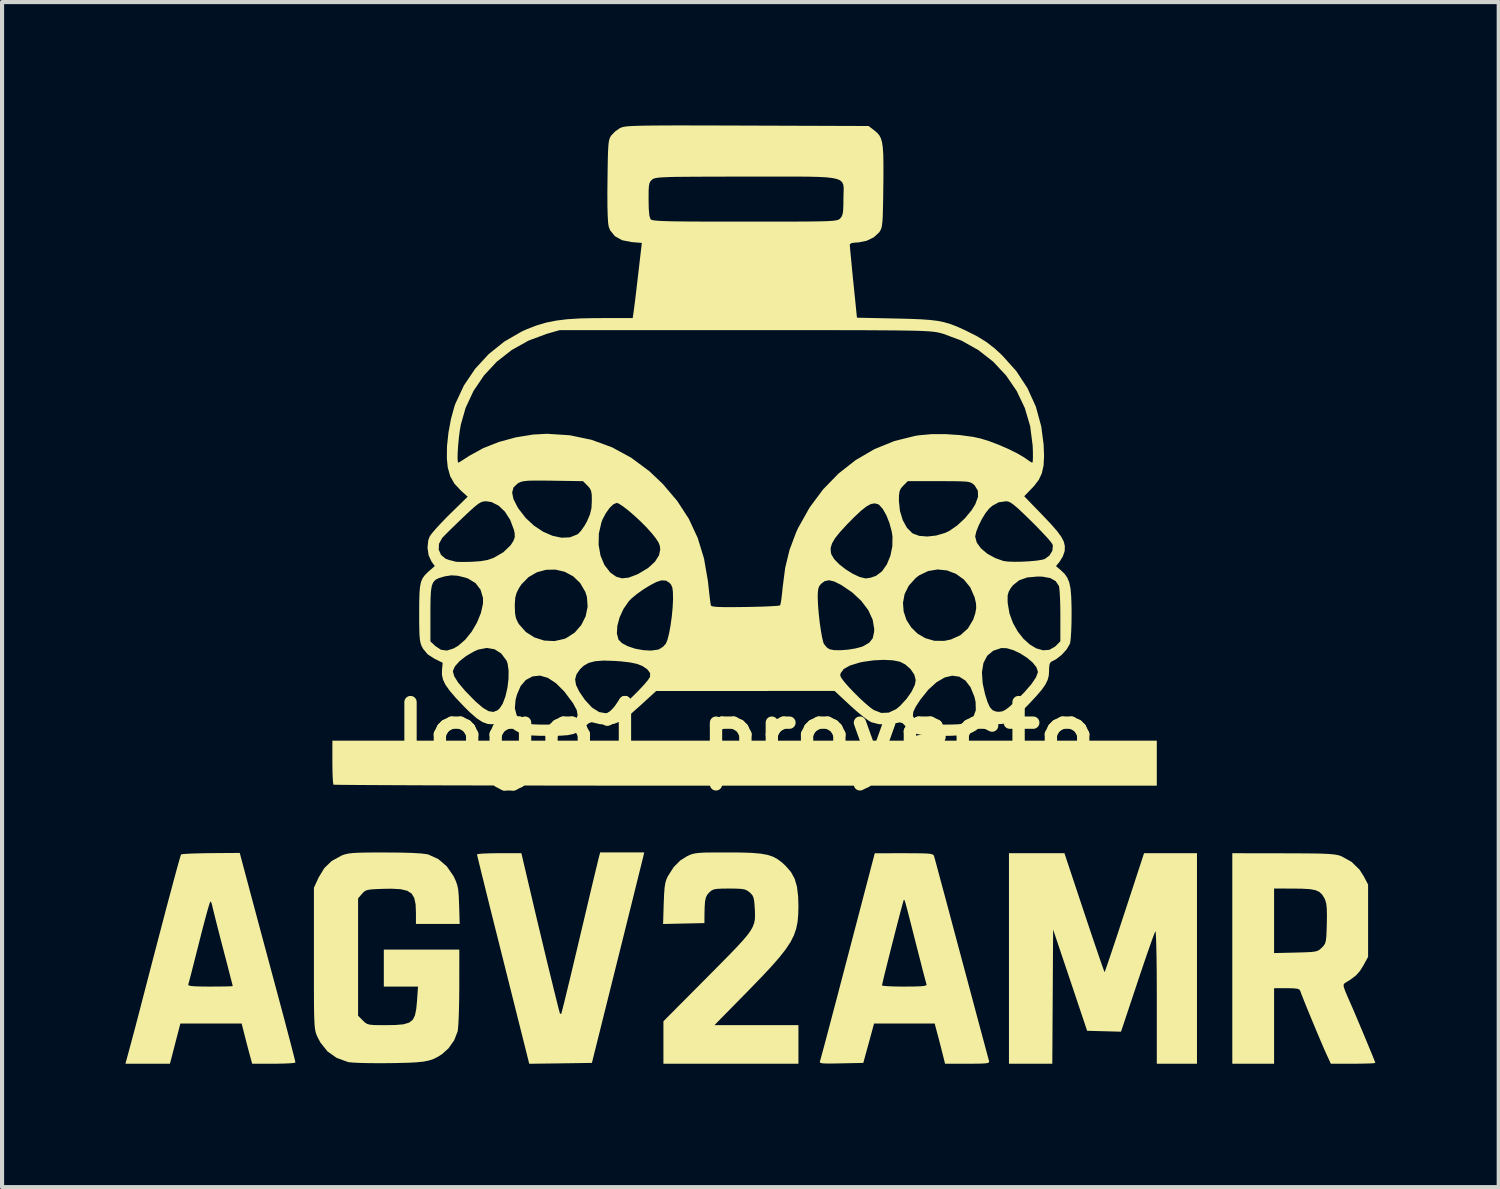
<source format=kicad_pcb>
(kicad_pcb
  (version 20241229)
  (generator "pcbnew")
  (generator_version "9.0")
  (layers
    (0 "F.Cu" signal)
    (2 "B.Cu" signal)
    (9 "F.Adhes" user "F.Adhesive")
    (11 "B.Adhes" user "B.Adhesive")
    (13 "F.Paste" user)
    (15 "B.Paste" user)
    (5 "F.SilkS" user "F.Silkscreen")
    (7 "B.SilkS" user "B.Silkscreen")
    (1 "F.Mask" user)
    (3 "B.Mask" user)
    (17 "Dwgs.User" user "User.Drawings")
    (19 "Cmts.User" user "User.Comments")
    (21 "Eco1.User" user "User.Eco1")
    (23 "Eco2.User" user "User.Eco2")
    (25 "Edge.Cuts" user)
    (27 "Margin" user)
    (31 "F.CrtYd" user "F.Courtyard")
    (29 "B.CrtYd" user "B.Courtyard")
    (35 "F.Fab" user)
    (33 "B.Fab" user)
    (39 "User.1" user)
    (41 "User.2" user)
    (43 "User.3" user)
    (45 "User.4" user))
  (footprint "logo1_proyecto"
    (layer "F.Cu")
    (at 15.075 14.844)
    (property "Reference" "logo1_proyecto" (at 0 0 0) (layer "F.SilkS") (effects (font (size 1.5 1.5) (thickness 0.3))))
    (attr board_only exclude_from_pos_files exclude_from_bom)
    (fp_poly (pts (xy 10.004 0.664) (xy 10.004 1.211) (xy 0.007 1.211) (xy -0.872 1.211) (xy -1.73 1.211) (xy -2.565 1.211) (xy -3.373 1.21) (xy -4.15 1.209) (xy -4.893 1.208) (xy -5.6 1.207) (xy -6.267 1.206) (xy -6.89 1.204) (xy -7.466 1.203) (xy -7.993 1.201) (xy -8.466 1.199) (xy -8.883 1.197) (xy -9.239 1.195) (xy -9.533 1.193) (xy -9.76 1.191) (xy -9.918 1.189) (xy -10.002 1.187) (xy -10.017 1.185) (xy -10.026 1.139) (xy -10.034 1.029) (xy -10.04 0.872) (xy -10.043 0.683) (xy -10.043 0.638) (xy -10.043 0.117) (xy -0.02 0.117) (xy 10.004 0.117)) (stroke (width 0) (type solid)) (fill yes) (layer "F.SilkS"))
    (fp_poly (pts (xy 8.239 4.298) (xy 8.346 4.618) (xy 8.445 4.913) (xy 8.534 5.175) (xy 8.61 5.397) (xy 8.67 5.571) (xy 8.712 5.689) (xy 8.732 5.742) (xy 8.734 5.744) (xy 8.749 5.708) (xy 8.785 5.606) (xy 8.84 5.446) (xy 8.911 5.235) (xy 8.996 4.981) (xy 9.091 4.694) (xy 9.194 4.379) (xy 9.221 4.298) (xy 9.694 2.853) (xy 10.337 2.853) (xy 10.981 2.853) (xy 10.981 5.412) (xy 10.981 7.972) (xy 10.492 7.972) (xy 10.004 7.972) (xy 10.004 6.342) (xy 10.003 5.983) (xy 10.001 5.655) (xy 9.997 5.367) (xy 9.992 5.126) (xy 9.987 4.938) (xy 9.98 4.811) (xy 9.973 4.753) (xy 9.97 4.75) (xy 9.95 4.795) (xy 9.908 4.905) (xy 9.849 5.071) (xy 9.774 5.284) (xy 9.688 5.535) (xy 9.594 5.814) (xy 9.535 5.99) (xy 9.134 7.193) (xy 8.722 7.182) (xy 8.31 7.171) (xy 7.897 5.94) (xy 7.483 4.709) (xy 7.473 6.34) (xy 7.463 7.972) (xy 6.936 7.972) (xy 6.409 7.972) (xy 6.409 5.412) (xy 6.409 2.853) (xy 7.083 2.853) (xy 7.758 2.853)) (stroke (width 0) (type solid)) (fill yes) (layer "F.SilkS"))
    (fp_poly (pts (xy -2.482 2.931) (xy -2.495 2.985) (xy -2.526 3.108) (xy -2.572 3.294) (xy -2.632 3.536) (xy -2.704 3.827) (xy -2.787 4.161) (xy -2.879 4.53) (xy -2.978 4.929) (xy -3.083 5.351) (xy -3.118 5.49) (xy -3.732 7.952) (xy -4.494 7.963) (xy -5.256 7.973) (xy -5.891 5.442) (xy -5.999 5.011) (xy -6.102 4.602) (xy -6.197 4.222) (xy -6.283 3.876) (xy -6.358 3.572) (xy -6.422 3.315) (xy -6.471 3.112) (xy -6.506 2.969) (xy -6.524 2.893) (xy -6.526 2.882) (xy -6.489 2.871) (xy -6.388 2.862) (xy -6.238 2.856) (xy -6.051 2.853) (xy -5.987 2.853) (xy -5.447 2.853) (xy -5.22 3.82) (xy -5.136 4.178) (xy -5.05 4.542) (xy -4.963 4.904) (xy -4.879 5.256) (xy -4.799 5.589) (xy -4.724 5.896) (xy -4.657 6.169) (xy -4.6 6.399) (xy -4.555 6.579) (xy -4.524 6.7) (xy -4.508 6.755) (xy -4.507 6.757) (xy -4.477 6.757) (xy -4.466 6.717) (xy -4.438 6.608) (xy -4.395 6.438) (xy -4.341 6.214) (xy -4.275 5.944) (xy -4.201 5.634) (xy -4.12 5.293) (xy -4.033 4.928) (xy -4.028 4.904) (xy -3.94 4.534) (xy -3.857 4.183) (xy -3.781 3.861) (xy -3.713 3.575) (xy -3.655 3.333) (xy -3.609 3.143) (xy -3.578 3.013) (xy -3.563 2.951) (xy -3.562 2.95) (xy -3.531 2.833) (xy -2.996 2.833) (xy -2.46 2.833)) (stroke (width 0) (type solid)) (fill yes) (layer "F.SilkS"))
    (fp_poly (pts (xy -0.43 2.834) (xy -0.101 2.836) (xy 0.161 2.845) (xy 0.368 2.863) (xy 0.533 2.892) (xy 0.667 2.936) (xy 0.781 2.997) (xy 0.888 3.077) (xy 0.978 3.16) (xy 1.107 3.308) (xy 1.197 3.471) (xy 1.254 3.666) (xy 1.283 3.908) (xy 1.29 4.142) (xy 1.285 4.344) (xy 1.269 4.523) (xy 1.235 4.689) (xy 1.18 4.849) (xy 1.098 5.012) (xy 0.984 5.185) (xy 0.833 5.378) (xy 0.641 5.598) (xy 0.403 5.853) (xy 0.113 6.152) (xy 0.057 6.21) (xy -0.753 7.034) (xy 0.268 7.034) (xy 1.29 7.034) (xy 1.29 7.503) (xy 1.29 7.972) (xy -0.352 7.972) (xy -1.993 7.972) (xy -1.993 7.455) (xy -1.993 6.939) (xy -0.923 5.863) (xy -0.639 5.576) (xy -0.404 5.338) (xy -0.215 5.142) (xy -0.067 4.981) (xy 0.046 4.848) (xy 0.127 4.736) (xy 0.181 4.638) (xy 0.214 4.547) (xy 0.231 4.457) (xy 0.234 4.361) (xy 0.231 4.251) (xy 0.228 4.193) (xy 0.217 4.038) (xy 0.199 3.938) (xy 0.168 3.871) (xy 0.115 3.815) (xy 0.104 3.806) (xy 0.047 3.763) (xy -0.015 3.735) (xy -0.101 3.72) (xy -0.23 3.714) (xy -0.395 3.712) (xy -0.575 3.714) (xy -0.696 3.72) (xy -0.775 3.736) (xy -0.83 3.764) (xy -0.88 3.807) (xy -0.881 3.808) (xy -0.93 3.866) (xy -0.962 3.934) (xy -0.981 4.028) (xy -0.991 4.168) (xy -0.995 4.357) (xy -0.996 4.552) (xy -1.499 4.563) (xy -2.001 4.574) (xy -1.986 4.075) (xy -1.977 3.854) (xy -1.965 3.694) (xy -1.947 3.578) (xy -1.92 3.487) (xy -1.886 3.415) (xy -1.744 3.191) (xy -1.582 3.028) (xy -1.417 2.925) (xy -1.35 2.894) (xy -1.286 2.871) (xy -1.211 2.855) (xy -1.113 2.844) (xy -0.979 2.837) (xy -0.798 2.835) (xy -0.556 2.834)) (stroke (width 0) (type solid)) (fill yes) (layer "F.SilkS"))
    (fp_poly (pts (xy 13.081 2.855) (xy 13.433 2.856) (xy 13.716 2.858) (xy 13.938 2.861) (xy 14.11 2.867) (xy 14.24 2.875) (xy 14.337 2.886) (xy 14.411 2.9) (xy 14.469 2.917) (xy 14.491 2.926) (xy 14.741 3.064) (xy 14.934 3.253) (xy 15.035 3.411) (xy 15.142 3.615) (xy 15.142 4.494) (xy 15.142 5.373) (xy 15.025 5.587) (xy 14.942 5.719) (xy 14.848 5.824) (xy 14.72 5.922) (xy 14.592 6.001) (xy 14.561 6.024) (xy 14.546 6.053) (xy 14.55 6.103) (xy 14.578 6.186) (xy 14.631 6.314) (xy 14.713 6.501) (xy 14.715 6.506) (xy 14.772 6.635) (xy 14.843 6.802) (xy 14.924 6.994) (xy 15.01 7.198) (xy 15.095 7.401) (xy 15.173 7.59) (xy 15.24 7.751) (xy 15.289 7.873) (xy 15.315 7.942) (xy 15.318 7.952) (xy 15.281 7.959) (xy 15.181 7.965) (xy 15.03 7.969) (xy 14.843 7.972) (xy 14.777 7.972) (xy 14.236 7.972) (xy 14.115 7.708) (xy 14.061 7.587) (xy 13.99 7.421) (xy 13.907 7.225) (xy 13.818 7.012) (xy 13.729 6.797) (xy 13.646 6.595) (xy 13.576 6.42) (xy 13.523 6.286) (xy 13.495 6.208) (xy 13.493 6.203) (xy 13.471 6.168) (xy 13.419 6.148) (xy 13.322 6.138) (xy 13.164 6.135) (xy 12.856 6.135) (xy 12.856 7.053) (xy 12.856 7.972) (xy 12.348 7.972) (xy 11.84 7.972) (xy 11.84 5.412) (xy 11.84 4.497) (xy 12.856 4.497) (xy 12.856 5.281) (xy 13.383 5.269) (xy 13.596 5.263) (xy 13.745 5.256) (xy 13.846 5.245) (xy 13.913 5.227) (xy 13.962 5.199) (xy 14.007 5.158) (xy 14.018 5.148) (xy 14.064 5.099) (xy 14.095 5.049) (xy 14.114 4.983) (xy 14.126 4.884) (xy 14.133 4.736) (xy 14.138 4.561) (xy 14.141 4.347) (xy 14.137 4.194) (xy 14.125 4.084) (xy 14.103 4.002) (xy 14.079 3.947) (xy 14.024 3.858) (xy 13.956 3.794) (xy 13.863 3.752) (xy 13.73 3.727) (xy 13.544 3.716) (xy 13.335 3.713) (xy 12.856 3.712) (xy 12.856 4.497) (xy 11.84 4.497) (xy 11.84 2.853)) (stroke (width 0) (type solid)) (fill yes) (layer "F.SilkS"))
    (fp_poly (pts (xy -12.141 3.426) (xy -12.094 3.6) (xy -12.031 3.838) (xy -11.954 4.124) (xy -11.868 4.446) (xy -11.775 4.792) (xy -11.68 5.147) (xy -11.598 5.451) (xy -11.451 5.998) (xy -11.324 6.471) (xy -11.216 6.874) (xy -11.128 7.209) (xy -11.057 7.478) (xy -11.004 7.684) (xy -10.967 7.828) (xy -10.947 7.914) (xy -10.942 7.942) (xy -10.978 7.953) (xy -11.079 7.962) (xy -11.229 7.968) (xy -11.415 7.972) (xy -11.467 7.972) (xy -11.993 7.972) (xy -12.033 7.825) (xy -12.062 7.719) (xy -12.103 7.565) (xy -12.148 7.392) (xy -12.162 7.337) (xy -12.249 6.995) (xy -12.994 6.995) (xy -13.739 6.995) (xy -13.828 7.337) (xy -13.873 7.51) (xy -13.915 7.674) (xy -13.947 7.798) (xy -13.954 7.825) (xy -13.993 7.972) (xy -14.534 7.972) (xy -15.075 7.972) (xy -14.961 7.552) (xy -14.904 7.339) (xy -14.836 7.085) (xy -14.768 6.824) (xy -14.716 6.624) (xy -14.575 6.081) (xy -14.566 6.047) (xy -13.548 6.047) (xy -13.537 6.067) (xy -13.483 6.081) (xy -13.376 6.09) (xy -13.207 6.095) (xy -13.016 6.096) (xy -12.819 6.095) (xy -12.653 6.093) (xy -12.532 6.09) (xy -12.471 6.085) (xy -12.466 6.084) (xy -12.475 6.044) (xy -12.502 5.939) (xy -12.543 5.78) (xy -12.595 5.576) (xy -12.657 5.339) (xy -12.705 5.156) (xy -12.773 4.894) (xy -12.835 4.652) (xy -12.888 4.443) (xy -12.929 4.277) (xy -12.956 4.168) (xy -12.963 4.132) (xy -12.985 4.055) (xy -13.008 4.025) (xy -13.024 4.061) (xy -13.056 4.163) (xy -13.101 4.322) (xy -13.156 4.526) (xy -13.219 4.766) (xy -13.281 5.012) (xy -13.349 5.279) (xy -13.411 5.523) (xy -13.464 5.733) (xy -13.507 5.897) (xy -13.536 6.006) (xy -13.548 6.047) (xy -14.566 6.047) (xy -14.441 5.564) (xy -14.314 5.078) (xy -14.196 4.629) (xy -14.089 4.219) (xy -13.992 3.856) (xy -13.908 3.543) (xy -13.838 3.284) (xy -13.783 3.086) (xy -13.745 2.952) (xy -13.724 2.888) (xy -13.722 2.884) (xy -13.676 2.874) (xy -13.565 2.866) (xy -13.402 2.859) (xy -13.2 2.854) (xy -12.995 2.851) (xy -12.295 2.846)) (stroke (width 0) (type solid)) (fill yes) (layer "F.SilkS"))
    (fp_poly (pts (xy 4.11 2.854) (xy 4.296 2.856) (xy 4.425 2.861) (xy 4.508 2.87) (xy 4.556 2.885) (xy 4.58 2.905) (xy 4.587 2.921) (xy 4.602 2.974) (xy 4.634 3.091) (xy 4.683 3.274) (xy 4.75 3.524) (xy 4.836 3.842) (xy 4.94 4.23) (xy 5.062 4.688) (xy 5.204 5.219) (xy 5.366 5.822) (xy 5.547 6.499) (xy 5.549 6.506) (xy 5.632 6.818) (xy 5.71 7.108) (xy 5.779 7.366) (xy 5.838 7.584) (xy 5.883 7.753) (xy 5.913 7.863) (xy 5.925 7.903) (xy 5.927 7.93) (xy 5.907 7.949) (xy 5.855 7.961) (xy 5.757 7.968) (xy 5.603 7.971) (xy 5.4 7.972) (xy 4.855 7.972) (xy 4.809 7.786) (xy 4.776 7.654) (xy 4.732 7.483) (xy 4.686 7.307) (xy 4.683 7.298) (xy 4.603 6.995) (xy 3.866 6.995) (xy 3.129 6.995) (xy 3.089 7.141) (xy 3.06 7.248) (xy 3.018 7.402) (xy 2.971 7.573) (xy 2.958 7.62) (xy 2.867 7.952) (xy 2.328 7.963) (xy 2.113 7.967) (xy 1.966 7.967) (xy 1.873 7.962) (xy 1.825 7.951) (xy 1.81 7.932) (xy 1.815 7.905) (xy 1.815 7.904) (xy 1.83 7.856) (xy 1.862 7.737) (xy 1.911 7.557) (xy 1.974 7.32) (xy 2.05 7.033) (xy 2.137 6.703) (xy 2.234 6.336) (xy 2.304 6.068) (xy 3.322 6.068) (xy 3.358 6.078) (xy 3.459 6.086) (xy 3.611 6.093) (xy 3.798 6.096) (xy 3.873 6.096) (xy 4.1 6.094) (xy 4.257 6.089) (xy 4.354 6.079) (xy 4.4 6.064) (xy 4.406 6.047) (xy 4.391 5.997) (xy 4.361 5.882) (xy 4.316 5.713) (xy 4.262 5.5) (xy 4.199 5.255) (xy 4.144 5.041) (xy 4.065 4.728) (xy 4.003 4.484) (xy 3.955 4.298) (xy 3.92 4.165) (xy 3.895 4.075) (xy 3.878 4.02) (xy 3.867 3.993) (xy 3.859 3.985) (xy 3.853 3.989) (xy 3.851 3.99) (xy 3.838 4.03) (xy 3.81 4.134) (xy 3.768 4.289) (xy 3.717 4.485) (xy 3.659 4.708) (xy 3.598 4.948) (xy 3.536 5.191) (xy 3.477 5.427) (xy 3.423 5.642) (xy 3.377 5.826) (xy 3.344 5.966) (xy 3.325 6.05) (xy 3.322 6.068) (xy 2.304 6.068) (xy 2.338 5.939) (xy 2.448 5.518) (xy 2.494 5.344) (xy 3.146 2.854) (xy 3.856 2.853)) (stroke (width 0) (type solid)) (fill yes) (layer "F.SilkS"))
    (fp_poly (pts (xy -8.391 2.838) (xy -8.101 2.846) (xy -7.884 2.859) (xy -7.743 2.877) (xy -7.71 2.885) (xy -7.468 2.995) (xy -7.262 3.171) (xy -7.102 3.401) (xy -7.092 3.419) (xy -7.041 3.529) (xy -7.006 3.627) (xy -6.984 3.734) (xy -6.971 3.873) (xy -6.963 4.064) (xy -6.961 4.113) (xy -6.947 4.572) (xy -7.479 4.572) (xy -8.011 4.572) (xy -8.011 4.301) (xy -8.019 4.095) (xy -8.052 3.942) (xy -8.117 3.834) (xy -8.225 3.765) (xy -8.385 3.728) (xy -8.605 3.716) (xy -8.802 3.719) (xy -8.991 3.726) (xy -9.118 3.735) (xy -9.201 3.75) (xy -9.256 3.775) (xy -9.3 3.815) (xy -9.323 3.841) (xy -9.418 3.951) (xy -9.418 5.378) (xy -9.418 6.805) (xy -9.303 6.92) (xy -9.25 6.97) (xy -9.199 7.003) (xy -9.133 7.022) (xy -9.035 7.031) (xy -8.886 7.034) (xy -8.762 7.034) (xy -8.505 7.03) (xy -8.314 7.013) (xy -8.18 6.974) (xy -8.09 6.905) (xy -8.035 6.797) (xy -8.003 6.64) (xy -7.983 6.427) (xy -7.983 6.419) (xy -7.96 6.096) (xy -8.376 6.096) (xy -8.792 6.096) (xy -8.792 5.647) (xy -8.792 5.197) (xy -7.874 5.197) (xy -6.956 5.197) (xy -6.957 6.106) (xy -6.959 6.375) (xy -6.964 6.629) (xy -6.971 6.852) (xy -6.981 7.031) (xy -6.991 7.152) (xy -6.997 7.186) (xy -7.08 7.4) (xy -7.219 7.598) (xy -7.374 7.737) (xy -7.477 7.803) (xy -7.577 7.854) (xy -7.688 7.892) (xy -7.821 7.919) (xy -7.988 7.937) (xy -8.202 7.948) (xy -8.474 7.955) (xy -8.675 7.958) (xy -8.933 7.959) (xy -9.174 7.957) (xy -9.382 7.952) (xy -9.544 7.944) (xy -9.646 7.934) (xy -9.662 7.931) (xy -9.938 7.83) (xy -10.16 7.674) (xy -10.332 7.459) (xy -10.402 7.327) (xy -10.424 7.279) (xy -10.441 7.232) (xy -10.456 7.178) (xy -10.467 7.11) (xy -10.476 7.021) (xy -10.482 6.902) (xy -10.487 6.746) (xy -10.49 6.546) (xy -10.491 6.293) (xy -10.492 5.981) (xy -10.492 5.602) (xy -10.492 5.412) (xy -10.492 3.693) (xy -10.379 3.447) (xy -10.24 3.216) (xy -10.06 3.042) (xy -9.821 2.911) (xy -9.806 2.904) (xy -9.74 2.881) (xy -9.663 2.863) (xy -9.565 2.85) (xy -9.434 2.842) (xy -9.258 2.837) (xy -9.026 2.835) (xy -8.753 2.835)) (stroke (width 0) (type solid)) (fill yes) (layer "F.SilkS"))
    (fp_poly (pts (xy -0.985 -14.843) (xy -0.504 -14.842) (xy 0.042 -14.84) (xy 2.996 -14.83) (xy 3.138 -14.721) (xy 3.203 -14.666) (xy 3.255 -14.606) (xy 3.294 -14.532) (xy 3.323 -14.434) (xy 3.342 -14.304) (xy 3.353 -14.13) (xy 3.357 -13.905) (xy 3.357 -13.618) (xy 3.354 -13.345) (xy 3.35 -13.043) (xy 3.345 -12.808) (xy 3.34 -12.632) (xy 3.332 -12.503) (xy 3.321 -12.411) (xy 3.307 -12.346) (xy 3.287 -12.299) (xy 3.262 -12.257) (xy 3.254 -12.245) (xy 3.126 -12.126) (xy 2.95 -12.04) (xy 2.75 -11.999) (xy 2.696 -11.997) (xy 2.586 -11.985) (xy 2.539 -11.953) (xy 2.539 -11.948) (xy 2.542 -11.896) (xy 2.552 -11.779) (xy 2.569 -11.607) (xy 2.589 -11.393) (xy 2.613 -11.149) (xy 2.625 -11.034) (xy 2.713 -10.169) (xy 3.652 -10.149) (xy 3.991 -10.141) (xy 4.266 -10.13) (xy 4.489 -10.114) (xy 4.675 -10.091) (xy 4.836 -10.058) (xy 4.987 -10.014) (xy 5.14 -9.955) (xy 5.309 -9.879) (xy 5.373 -9.849) (xy 5.638 -9.715) (xy 5.856 -9.581) (xy 6.053 -9.429) (xy 6.239 -9.259) (xy 6.585 -8.874) (xy 6.859 -8.456) (xy 7.063 -8.006) (xy 7.195 -7.523) (xy 7.252 -7.085) (xy 7.263 -6.797) (xy 7.25 -6.569) (xy 7.208 -6.384) (xy 7.134 -6.226) (xy 7.023 -6.08) (xy 6.981 -6.035) (xy 6.78 -5.827) (xy 7.235 -5.357) (xy 7.435 -5.146) (xy 7.582 -4.977) (xy 7.683 -4.839) (xy 7.743 -4.722) (xy 7.768 -4.616) (xy 7.765 -4.512) (xy 7.76 -4.482) (xy 7.719 -4.364) (xy 7.649 -4.248) (xy 7.645 -4.242) (xy 7.553 -4.128) (xy 7.67 -4.029) (xy 7.76 -3.943) (xy 7.827 -3.849) (xy 7.875 -3.733) (xy 7.906 -3.584) (xy 7.923 -3.389) (xy 7.931 -3.135) (xy 7.932 -2.982) (xy 7.93 -2.754) (xy 7.923 -2.549) (xy 7.912 -2.383) (xy 7.899 -2.271) (xy 7.891 -2.24) (xy 7.813 -2.105) (xy 7.692 -1.971) (xy 7.557 -1.865) (xy 7.498 -1.834) (xy 7.431 -1.8) (xy 7.398 -1.75) (xy 7.386 -1.661) (xy 7.385 -1.588) (xy 7.378 -1.47) (xy 7.35 -1.362) (xy 7.296 -1.25) (xy 7.208 -1.123) (xy 7.077 -0.97) (xy 6.898 -0.778) (xy 6.85 -0.728) (xy 6.663 -0.543) (xy 6.511 -0.413) (xy 6.377 -0.332) (xy 6.249 -0.291) (xy 6.111 -0.283) (xy 5.994 -0.296) (xy 5.876 -0.307) (xy 5.797 -0.288) (xy 5.722 -0.231) (xy 5.712 -0.222) (xy 5.612 -0.138) (xy 5.503 -0.077) (xy 5.372 -0.037) (xy 5.203 -0.013) (xy 4.981 -0.002) (xy 4.784 0) (xy 4.522 -0.004) (xy 4.323 -0.018) (xy 4.174 -0.045) (xy 4.061 -0.09) (xy 3.968 -0.157) (xy 3.892 -0.238) (xy 3.821 -0.31) (xy 3.756 -0.329) (xy 3.668 -0.311) (xy 3.458 -0.277) (xy 3.241 -0.286) (xy 3.064 -0.331) (xy 2.983 -0.38) (xy 2.862 -0.47) (xy 2.841 -0.487) (xy 4.073 -0.487) (xy 4.112 -0.412) (xy 4.191 -0.351) (xy 4.256 -0.318) (xy 4.333 -0.296) (xy 4.438 -0.282) (xy 4.588 -0.276) (xy 4.799 -0.274) (xy 4.806 -0.274) (xy 5.02 -0.276) (xy 5.172 -0.282) (xy 5.278 -0.295) (xy 5.356 -0.317) (xy 5.42 -0.35) (xy 5.544 -0.466) (xy 5.603 -0.624) (xy 5.598 -0.825) (xy 5.569 -0.951) (xy 5.474 -1.184) (xy 5.35 -1.346) (xy 5.2 -1.44) (xy 5.03 -1.464) (xy 4.846 -1.42) (xy 4.651 -1.307) (xy 4.451 -1.126) (xy 4.258 -0.886) (xy 4.144 -0.712) (xy 4.083 -0.584) (xy 4.073 -0.487) (xy 2.841 -0.487) (xy 2.716 -0.59) (xy 2.562 -0.727) (xy 2.547 -0.741) (xy 2.169 -1.093) (xy 0 -1.092) (xy -2.169 -1.091) (xy -2.572 -0.723) (xy -2.767 -0.55) (xy -2.923 -0.427) (xy -3.056 -0.346) (xy -3.18 -0.298) (xy -3.309 -0.277) (xy -3.407 -0.274) (xy -3.537 -0.285) (xy -3.654 -0.313) (xy -3.657 -0.314) (xy -3.74 -0.333) (xy -3.81 -0.307) (xy -3.865 -0.259) (xy -3.975 -0.162) (xy -4.076 -0.092) (xy -4.184 -0.046) (xy -4.316 -0.018) (xy -4.487 -0.005) (xy -4.716 -0.001) (xy -4.787 -0.001) (xy -5.022 -0.003) (xy -5.194 -0.01) (xy -5.32 -0.023) (xy -5.416 -0.045) (xy -5.493 -0.074) (xy -5.614 -0.144) (xy -5.715 -0.228) (xy -5.734 -0.25) (xy -5.79 -0.312) (xy -5.844 -0.334) (xy -5.928 -0.323) (xy -5.985 -0.309) (xy -6.132 -0.282) (xy -6.264 -0.289) (xy -6.395 -0.337) (xy -6.537 -0.431) (xy -6.704 -0.577) (xy -6.843 -0.715) (xy -7.044 -0.927) (xy -7.191 -1.099) (xy -7.292 -1.242) (xy -7.352 -1.366) (xy -7.379 -1.483) (xy -7.378 -1.562) (xy -7.112 -1.562) (xy -7.079 -1.448) (xy -6.983 -1.295) (xy -6.824 -1.105) (xy -6.605 -0.88) (xy -6.554 -0.83) (xy -6.384 -0.684) (xy -6.246 -0.602) (xy -6.13 -0.582) (xy -6.028 -0.622) (xy -5.981 -0.662) (xy -5.976 -0.669) (xy -5.606 -0.669) (xy -5.56 -0.499) (xy -5.451 -0.371) (xy -5.418 -0.349) (xy -5.353 -0.316) (xy -5.273 -0.294) (xy -5.162 -0.281) (xy -5.005 -0.275) (xy -4.814 -0.274) (xy -4.578 -0.277) (xy -4.408 -0.288) (xy -4.29 -0.307) (xy -4.219 -0.333) (xy -4.117 -0.409) (xy -4.078 -0.506) (xy -4.102 -0.63) (xy -4.19 -0.792) (xy -4.201 -0.809) (xy -4.404 -1.08) (xy -4.606 -1.281) (xy -4.749 -1.375) (xy -4.14 -1.375) (xy -4.119 -1.24) (xy -4.042 -1.08) (xy -3.907 -0.883) (xy -3.899 -0.873) (xy -3.729 -0.688) (xy -3.555 -0.579) (xy -3.373 -0.547) (xy -3.186 -0.586) (xy -3.11 -0.632) (xy -2.999 -0.721) (xy -2.865 -0.84) (xy -2.722 -0.977) (xy -2.583 -1.117) (xy -2.461 -1.248) (xy -2.369 -1.357) (xy -2.321 -1.431) (xy -2.318 -1.44) (xy -2.318 -1.468) (xy 2.306 -1.468) (xy 2.333 -1.409) (xy 2.407 -1.311) (xy 2.515 -1.187) (xy 2.646 -1.05) (xy 2.786 -0.911) (xy 2.924 -0.785) (xy 3.047 -0.682) (xy 3.126 -0.627) (xy 3.305 -0.558) (xy 3.486 -0.566) (xy 3.665 -0.65) (xy 3.76 -0.728) (xy 3.919 -0.901) (xy 4.042 -1.077) (xy 4.12 -1.239) (xy 4.142 -1.354) (xy 4.108 -1.489) (xy 4.067 -1.549) (xy 5.752 -1.549) (xy 5.77 -1.276) (xy 5.827 -1.018) (xy 5.887 -0.826) (xy 5.945 -0.698) (xy 6.012 -0.624) (xy 6.096 -0.591) (xy 6.164 -0.586) (xy 6.241 -0.595) (xy 6.318 -0.63) (xy 6.413 -0.701) (xy 6.542 -0.819) (xy 6.554 -0.83) (xy 6.785 -1.062) (xy 6.956 -1.26) (xy 7.065 -1.421) (xy 7.111 -1.543) (xy 7.112 -1.562) (xy 7.077 -1.669) (xy 6.983 -1.786) (xy 6.847 -1.901) (xy 6.686 -2.004) (xy 6.516 -2.085) (xy 6.354 -2.132) (xy 6.223 -2.136) (xy 6.026 -2.07) (xy 5.881 -1.949) (xy 5.789 -1.774) (xy 5.752 -1.549) (xy 4.067 -1.549) (xy 4.016 -1.624) (xy 3.887 -1.738) (xy 3.759 -1.803) (xy 3.585 -1.838) (xy 3.361 -1.849) (xy 3.111 -1.836) (xy 2.857 -1.8) (xy 2.774 -1.782) (xy 2.546 -1.712) (xy 2.393 -1.627) (xy 2.316 -1.525) (xy 2.306 -1.468) (xy -2.318 -1.468) (xy -2.317 -1.525) (xy -2.372 -1.603) (xy -2.397 -1.627) (xy -2.5 -1.697) (xy -2.63 -1.749) (xy -2.801 -1.786) (xy -3.029 -1.812) (xy -3.185 -1.823) (xy -3.449 -1.831) (xy -3.652 -1.816) (xy -3.808 -1.776) (xy -3.931 -1.706) (xy -4.021 -1.62) (xy -4.107 -1.498) (xy -4.14 -1.375) (xy -4.749 -1.375) (xy -4.803 -1.411) (xy -4.994 -1.466) (xy -5.174 -1.447) (xy -5.174 -1.447) (xy -5.339 -1.359) (xy -5.465 -1.212) (xy -5.556 -1) (xy -5.588 -0.879) (xy -5.606 -0.669) (xy -5.976 -0.669) (xy -5.901 -0.783) (xy -5.835 -0.959) (xy -5.787 -1.168) (xy -5.76 -1.386) (xy -5.758 -1.591) (xy -5.783 -1.762) (xy -5.81 -1.834) (xy -5.938 -2.004) (xy -6.099 -2.106) (xy -6.288 -2.139) (xy -6.497 -2.098) (xy -6.598 -2.054) (xy -6.795 -1.939) (xy -6.953 -1.814) (xy -7.062 -1.692) (xy -7.111 -1.581) (xy -7.112 -1.562) (xy -7.378 -1.562) (xy -7.378 -1.594) (xy -7.361 -1.778) (xy -7.559 -1.876) (xy -7.726 -1.983) (xy -7.837 -2.118) (xy -7.844 -2.13) (xy -7.876 -2.191) (xy -7.898 -2.255) (xy -7.914 -2.334) (xy -7.924 -2.441) (xy -7.929 -2.591) (xy -7.932 -2.795) (xy -7.932 -2.978) (xy -7.659 -2.978) (xy -7.659 -2.298) (xy -7.538 -2.184) (xy -7.402 -2.094) (xy -7.258 -2.075) (xy -7.095 -2.126) (xy -6.986 -2.189) (xy -6.814 -2.337) (xy -6.657 -2.532) (xy -6.526 -2.756) (xy -6.431 -2.989) (xy -6.396 -3.146) (xy -5.607 -3.146) (xy -5.601 -2.983) (xy -5.58 -2.866) (xy -5.535 -2.765) (xy -5.503 -2.713) (xy -5.339 -2.527) (xy -5.13 -2.394) (xy -4.893 -2.318) (xy -4.644 -2.305) (xy -4.402 -2.359) (xy -4.357 -2.378) (xy -4.177 -2.494) (xy -3.125 -2.494) (xy -3.088 -2.346) (xy -3.086 -2.342) (xy -3.001 -2.255) (xy -2.86 -2.18) (xy -2.682 -2.121) (xy -2.488 -2.085) (xy -2.299 -2.074) (xy -2.135 -2.096) (xy -2.095 -2.108) (xy -1.999 -2.17) (xy -1.934 -2.242) (xy -1.895 -2.336) (xy -1.856 -2.489) (xy -1.82 -2.684) (xy -1.79 -2.9) (xy -1.769 -3.12) (xy -1.759 -3.325) (xy -1.759 -3.351) (xy -1.763 -3.508) (xy -1.777 -3.61) (xy -1.808 -3.678) (xy -1.841 -3.717) (xy -1.927 -3.775) (xy -2.034 -3.781) (xy -2.057 -3.778) (xy -2.168 -3.74) (xy -2.316 -3.663) (xy -2.48 -3.562) (xy -2.639 -3.449) (xy -2.773 -3.338) (xy -2.837 -3.271) (xy -2.964 -3.087) (xy -3.058 -2.883) (xy -3.113 -2.679) (xy -3.125 -2.494) (xy -4.177 -2.494) (xy -4.151 -2.511) (xy -3.992 -2.693) (xy -3.884 -2.908) (xy -3.836 -3.142) (xy -3.853 -3.378) (xy -3.892 -3.502) (xy -4.019 -3.719) (xy -4.19 -3.882) (xy -4.393 -3.99) (xy -4.616 -4.043) (xy -4.845 -4.039) (xy -5.068 -3.979) (xy -5.272 -3.861) (xy -5.446 -3.684) (xy -5.503 -3.598) (xy -5.563 -3.48) (xy -5.595 -3.366) (xy -5.606 -3.222) (xy -5.607 -3.146) (xy -6.396 -3.146) (xy -6.381 -3.21) (xy -6.38 -3.351) (xy -6.439 -3.554) (xy -6.561 -3.714) (xy -6.741 -3.825) (xy -6.808 -3.848) (xy -6.995 -3.894) (xy -7.149 -3.904) (xy -7.306 -3.88) (xy -7.356 -3.866) (xy -7.458 -3.835) (xy -7.534 -3.796) (xy -7.588 -3.739) (xy -7.624 -3.654) (xy -7.645 -3.529) (xy -7.655 -3.353) (xy -7.659 -3.114) (xy -7.659 -2.978) (xy -7.932 -2.978) (xy -7.932 -2.982) (xy -7.931 -3.257) (xy -7.925 -3.467) (xy -7.912 -3.624) (xy -7.888 -3.742) (xy -7.85 -3.832) (xy -7.795 -3.908) (xy -7.721 -3.982) (xy -7.686 -4.013) (xy -7.553 -4.13) (xy -7.632 -4.238) (xy -7.703 -4.392) (xy -7.723 -4.53) (xy -7.457 -4.53) (xy -7.402 -4.403) (xy -7.292 -4.309) (xy -7.201 -4.276) (xy -7.108 -4.254) (xy -7.053 -4.237) (xy -6.999 -4.232) (xy -6.887 -4.23) (xy -6.736 -4.231) (xy -6.663 -4.233) (xy -6.442 -4.248) (xy -6.272 -4.277) (xy -6.127 -4.327) (xy -6.116 -4.332) (xy -5.886 -4.465) (xy -5.713 -4.631) (xy -5.703 -4.645) (xy -3.569 -4.645) (xy -3.523 -4.385) (xy -3.428 -4.156) (xy -3.287 -3.975) (xy -3.28 -3.969) (xy -3.142 -3.871) (xy -3.001 -3.831) (xy -2.839 -3.848) (xy -2.642 -3.922) (xy -2.589 -3.948) (xy -2.365 -4.083) (xy -2.2 -4.234) (xy -2.1 -4.392) (xy -2.071 -4.53) (xy -2.08 -4.62) (xy -2.114 -4.707) (xy -2.183 -4.811) (xy -2.275 -4.926) (xy -2.398 -5.064) (xy -2.542 -5.209) (xy -2.695 -5.351) (xy -2.843 -5.479) (xy -2.975 -5.581) (xy -3.076 -5.647) (xy -3.128 -5.666) (xy -3.209 -5.632) (xy -3.303 -5.542) (xy -3.396 -5.412) (xy -3.475 -5.26) (xy -3.501 -5.191) (xy -3.563 -4.92) (xy -3.569 -4.645) (xy -5.703 -4.645) (xy -5.642 -4.739) (xy -5.608 -4.831) (xy -5.611 -4.933) (xy -5.629 -5.012) (xy -5.719 -5.252) (xy -5.846 -5.451) (xy -6.001 -5.599) (xy -6.174 -5.686) (xy -6.303 -5.705) (xy -6.367 -5.701) (xy -6.427 -5.682) (xy -6.496 -5.642) (xy -6.586 -5.57) (xy -6.709 -5.46) (xy -6.87 -5.308) (xy -7.026 -5.158) (xy -7.168 -5.02) (xy -7.284 -4.905) (xy -7.36 -4.826) (xy -7.374 -4.81) (xy -7.45 -4.672) (xy -7.457 -4.53) (xy -7.723 -4.53) (xy -7.73 -4.577) (xy -7.711 -4.758) (xy -7.678 -4.847) (xy -7.626 -4.921) (xy -7.529 -5.035) (xy -7.399 -5.176) (xy -7.249 -5.331) (xy -7.181 -5.398) (xy -6.753 -5.816) (xy -6.865 -5.917) (xy -5.672 -5.917) (xy -5.64 -5.759) (xy -5.541 -5.564) (xy -5.515 -5.523) (xy -5.341 -5.298) (xy -5.138 -5.111) (xy -4.918 -4.965) (xy -4.691 -4.866) (xy -4.47 -4.819) (xy -4.266 -4.828) (xy -4.09 -4.898) (xy -4.069 -4.911) (xy -3.998 -4.986) (xy -3.915 -5.104) (xy -3.851 -5.218) (xy -3.779 -5.385) (xy -3.743 -5.538) (xy -3.734 -5.714) (xy -3.736 -5.861) (xy -3.751 -5.955) (xy -3.785 -6.024) (xy -3.84 -6.085) (xy -3.948 -6.194) (xy -4.68 -6.205) (xy -4.939 -6.208) (xy -5.133 -6.208) (xy -5.273 -6.205) (xy -5.372 -6.196) (xy -5.442 -6.182) (xy -5.496 -6.161) (xy -5.539 -6.137) (xy -5.638 -6.042) (xy -5.672 -5.917) (xy -6.865 -5.917) (xy -6.916 -5.963) (xy -7.074 -6.132) (xy -7.177 -6.312) (xy -7.237 -6.526) (xy -7.259 -6.741) (xy -7.259 -6.767) (xy -6.999 -6.767) (xy -6.994 -6.674) (xy -6.981 -6.643) (xy -6.944 -6.663) (xy -6.859 -6.716) (xy -6.741 -6.792) (xy -6.702 -6.817) (xy -6.374 -6.997) (xy -5.994 -7.147) (xy -5.584 -7.259) (xy -5.166 -7.327) (xy -4.824 -7.346) (xy -4.269 -7.31) (xy -3.742 -7.2) (xy -3.244 -7.018) (xy -2.775 -6.763) (xy -2.335 -6.436) (xy -2.012 -6.13) (xy -1.659 -5.715) (xy -1.376 -5.28) (xy -1.16 -4.815) (xy -1.006 -4.313) (xy -0.911 -3.764) (xy -0.901 -3.673) (xy -0.881 -3.49) (xy -0.863 -3.334) (xy -0.848 -3.222) (xy -0.839 -3.173) (xy -0.817 -3.155) (xy -0.76 -3.143) (xy -0.66 -3.135) (xy -0.507 -3.131) (xy -0.293 -3.131) (xy -0.01 -3.134) (xy -0.004 -3.134) (xy 0.242 -3.139) (xy 0.461 -3.145) (xy 0.641 -3.154) (xy 0.77 -3.162) (xy 0.837 -3.172) (xy 0.843 -3.174) (xy 0.858 -3.223) (xy 0.876 -3.332) (xy 0.879 -3.364) (xy 1.759 -3.364) (xy 1.766 -3.189) (xy 1.782 -2.986) (xy 1.805 -2.775) (xy 1.834 -2.574) (xy 1.864 -2.402) (xy 1.894 -2.277) (xy 1.911 -2.234) (xy 1.982 -2.149) (xy 2.044 -2.108) (xy 2.152 -2.086) (xy 2.31 -2.083) (xy 2.491 -2.096) (xy 2.671 -2.125) (xy 2.824 -2.165) (xy 2.866 -2.181) (xy 3.013 -2.267) (xy 3.097 -2.375) (xy 3.13 -2.527) (xy 3.133 -2.598) (xy 3.095 -2.825) (xy 2.989 -3.056) (xy 2.856 -3.233) (xy 3.832 -3.233) (xy 3.849 -3.021) (xy 3.917 -2.819) (xy 4.032 -2.638) (xy 4.186 -2.487) (xy 4.375 -2.376) (xy 4.593 -2.313) (xy 4.834 -2.31) (xy 4.998 -2.344) (xy 5.228 -2.448) (xy 5.411 -2.612) (xy 5.541 -2.83) (xy 5.589 -2.976) (xy 5.613 -3.105) (xy 5.608 -3.222) (xy 5.592 -3.291) (xy 6.376 -3.291) (xy 6.38 -3.218) (xy 6.422 -2.976) (xy 6.505 -2.748) (xy 6.62 -2.542) (xy 6.759 -2.365) (xy 6.914 -2.224) (xy 7.076 -2.127) (xy 7.239 -2.081) (xy 7.392 -2.093) (xy 7.529 -2.17) (xy 7.545 -2.185) (xy 7.659 -2.3) (xy 7.659 -2.925) (xy 7.657 -3.145) (xy 7.651 -3.344) (xy 7.642 -3.505) (xy 7.631 -3.613) (xy 7.624 -3.644) (xy 7.546 -3.762) (xy 7.415 -3.837) (xy 7.224 -3.872) (xy 7.104 -3.875) (xy 6.852 -3.852) (xy 6.657 -3.783) (xy 6.508 -3.664) (xy 6.454 -3.595) (xy 6.402 -3.504) (xy 6.377 -3.413) (xy 6.376 -3.291) (xy 5.592 -3.291) (xy 5.574 -3.368) (xy 5.571 -3.377) (xy 5.467 -3.613) (xy 5.313 -3.802) (xy 5.121 -3.94) (xy 4.904 -4.023) (xy 4.674 -4.047) (xy 4.443 -4.008) (xy 4.225 -3.903) (xy 4.142 -3.84) (xy 3.973 -3.652) (xy 3.871 -3.447) (xy 3.832 -3.233) (xy 2.856 -3.233) (xy 2.82 -3.281) (xy 2.596 -3.49) (xy 2.327 -3.672) (xy 2.159 -3.755) (xy 2.031 -3.785) (xy 1.927 -3.762) (xy 1.849 -3.705) (xy 1.798 -3.646) (xy 1.771 -3.572) (xy 1.76 -3.459) (xy 1.759 -3.364) (xy 0.879 -3.364) (xy 0.894 -3.483) (xy 0.905 -3.602) (xy 0.968 -4.088) (xy 1.075 -4.528) (xy 1.091 -4.569) (xy 2.073 -4.569) (xy 2.078 -4.465) (xy 2.091 -4.413) (xy 2.158 -4.3) (xy 2.279 -4.175) (xy 2.435 -4.052) (xy 2.606 -3.945) (xy 2.773 -3.866) (xy 2.916 -3.83) (xy 2.937 -3.83) (xy 3.047 -3.847) (xy 3.169 -3.889) (xy 3.178 -3.893) (xy 3.321 -4.001) (xy 3.439 -4.168) (xy 3.525 -4.376) (xy 3.573 -4.608) (xy 3.577 -4.844) (xy 5.588 -4.844) (xy 5.625 -4.703) (xy 5.727 -4.561) (xy 5.881 -4.431) (xy 6.077 -4.323) (xy 6.272 -4.254) (xy 6.381 -4.239) (xy 6.54 -4.233) (xy 6.727 -4.236) (xy 6.918 -4.246) (xy 7.092 -4.263) (xy 7.225 -4.285) (xy 7.281 -4.302) (xy 7.394 -4.386) (xy 7.464 -4.5) (xy 7.477 -4.621) (xy 7.467 -4.658) (xy 7.429 -4.714) (xy 7.344 -4.814) (xy 7.222 -4.945) (xy 7.074 -5.099) (xy 6.946 -5.227) (xy 6.764 -5.404) (xy 6.626 -5.533) (xy 6.524 -5.62) (xy 6.448 -5.673) (xy 6.388 -5.699) (xy 6.339 -5.705) (xy 6.16 -5.68) (xy 6.004 -5.595) (xy 5.924 -5.524) (xy 5.839 -5.417) (xy 5.75 -5.272) (xy 5.671 -5.112) (xy 5.613 -4.964) (xy 5.588 -4.851) (xy 5.588 -4.844) (xy 3.577 -4.844) (xy 3.577 -4.846) (xy 3.559 -4.968) (xy 3.502 -5.178) (xy 3.427 -5.367) (xy 3.341 -5.518) (xy 3.254 -5.616) (xy 3.223 -5.635) (xy 3.142 -5.654) (xy 3.052 -5.638) (xy 2.945 -5.58) (xy 2.812 -5.475) (xy 2.645 -5.318) (xy 2.481 -5.152) (xy 2.303 -4.959) (xy 2.18 -4.806) (xy 2.106 -4.679) (xy 2.073 -4.569) (xy 1.091 -4.569) (xy 1.232 -4.945) (xy 1.285 -5.06) (xy 1.561 -5.552) (xy 1.681 -5.714) (xy 3.733 -5.714) (xy 3.758 -5.473) (xy 3.825 -5.25) (xy 3.927 -5.063) (xy 4.056 -4.932) (xy 4.071 -4.922) (xy 4.226 -4.864) (xy 4.424 -4.848) (xy 4.64 -4.872) (xy 4.854 -4.935) (xy 4.959 -4.984) (xy 5.149 -5.115) (xy 5.339 -5.292) (xy 5.502 -5.489) (xy 5.591 -5.633) (xy 5.657 -5.813) (xy 5.653 -5.963) (xy 5.578 -6.086) (xy 5.565 -6.099) (xy 5.528 -6.132) (xy 5.489 -6.156) (xy 5.436 -6.173) (xy 5.358 -6.184) (xy 5.242 -6.19) (xy 5.078 -6.193) (xy 4.853 -6.194) (xy 4.707 -6.194) (xy 3.949 -6.194) (xy 3.84 -6.085) (xy 3.781 -6.018) (xy 3.749 -5.948) (xy 3.735 -5.849) (xy 3.733 -5.714) (xy 1.681 -5.714) (xy 1.889 -5.993) (xy 2.264 -6.379) (xy 2.681 -6.706) (xy 3.135 -6.971) (xy 3.62 -7.169) (xy 4.132 -7.296) (xy 4.224 -7.31) (xy 4.524 -7.337) (xy 4.864 -7.338) (xy 5.212 -7.315) (xy 5.536 -7.271) (xy 5.725 -7.23) (xy 5.933 -7.165) (xy 6.165 -7.077) (xy 6.398 -6.975) (xy 6.61 -6.87) (xy 6.778 -6.772) (xy 6.826 -6.738) (xy 6.911 -6.678) (xy 6.97 -6.645) (xy 6.978 -6.643) (xy 6.988 -6.679) (xy 6.992 -6.778) (xy 6.991 -6.922) (xy 6.985 -7.063) (xy 6.925 -7.531) (xy 6.794 -7.974) (xy 6.597 -8.387) (xy 6.339 -8.764) (xy 6.027 -9.098) (xy 5.664 -9.382) (xy 5.256 -9.611) (xy 4.809 -9.778) (xy 4.748 -9.794) (xy 4.703 -9.806) (xy 4.653 -9.816) (xy 4.595 -9.824) (xy 4.523 -9.832) (xy 4.434 -9.839) (xy 4.322 -9.845) (xy 4.183 -9.85) (xy 4.014 -9.854) (xy 3.808 -9.857) (xy 3.563 -9.86) (xy 3.272 -9.862) (xy 2.933 -9.864) (xy 2.54 -9.865) (xy 2.09 -9.866) (xy 1.576 -9.867) (xy 0.996 -9.867) (xy 0.344 -9.867) (xy -0.02 -9.867) (xy -4.513 -9.867) (xy -4.828 -9.777) (xy -5.274 -9.611) (xy -5.682 -9.383) (xy -6.045 -9.099) (xy -6.356 -8.765) (xy -6.611 -8.388) (xy -6.804 -7.974) (xy -6.919 -7.57) (xy -6.945 -7.42) (xy -6.967 -7.248) (xy -6.984 -7.071) (xy -6.995 -6.905) (xy -6.999 -6.767) (xy -7.259 -6.767) (xy -7.256 -7.039) (xy -7.221 -7.372) (xy -7.159 -7.706) (xy -7.077 -8.007) (xy -7.052 -8.078) (xy -6.845 -8.52) (xy -6.573 -8.924) (xy -6.243 -9.283) (xy -5.863 -9.588) (xy -5.438 -9.833) (xy -5.31 -9.891) (xy -5.079 -9.98) (xy -4.848 -10.049) (xy -4.603 -10.098) (xy -4.327 -10.132) (xy -4.007 -10.152) (xy -3.628 -10.159) (xy -3.529 -10.159) (xy -2.74 -10.16) (xy -2.716 -10.326) (xy -2.704 -10.417) (xy -2.684 -10.571) (xy -2.66 -10.771) (xy -2.633 -11.001) (xy -2.605 -11.24) (xy -2.518 -11.987) (xy -2.764 -12.007) (xy -2.997 -12.053) (xy -3.173 -12.15) (xy -3.289 -12.294) (xy -3.323 -12.379) (xy -3.338 -12.475) (xy -3.348 -12.647) (xy -3.355 -12.889) (xy -3.355 -13.04) (xy -2.354 -13.04) (xy -2.349 -12.807) (xy -2.334 -12.649) (xy -2.308 -12.567) (xy -2.306 -12.563) (xy -2.287 -12.551) (xy -2.251 -12.54) (xy -2.19 -12.531) (xy -2.1 -12.524) (xy -1.973 -12.518) (xy -1.806 -12.513) (xy -1.591 -12.51) (xy -1.322 -12.507) (xy -0.994 -12.506) (xy -0.602 -12.505) (xy -0.138 -12.505) (xy -0.015 -12.505) (xy 0.46 -12.505) (xy 0.863 -12.505) (xy 1.2 -12.506) (xy 1.478 -12.507) (xy 1.702 -12.51) (xy 1.879 -12.513) (xy 2.014 -12.518) (xy 2.115 -12.524) (xy 2.187 -12.533) (xy 2.236 -12.543) (xy 2.269 -12.555) (xy 2.291 -12.569) (xy 2.306 -12.583) (xy 2.342 -12.629) (xy 2.365 -12.691) (xy 2.378 -12.786) (xy 2.383 -12.932) (xy 2.384 -13.052) (xy 2.386 -13.165) (xy 2.39 -13.262) (xy 2.389 -13.344) (xy 2.378 -13.411) (xy 2.351 -13.465) (xy 2.303 -13.509) (xy 2.226 -13.541) (xy 2.117 -13.565) (xy 1.969 -13.582) (xy 1.776 -13.592) (xy 1.533 -13.598) (xy 1.234 -13.6) (xy 0.873 -13.6) (xy 0.444 -13.599) (xy 0.024 -13.599) (xy -0.448 -13.599) (xy -0.848 -13.598) (xy -1.183 -13.597) (xy -1.458 -13.595) (xy -1.679 -13.593) (xy -1.854 -13.589) (xy -1.988 -13.583) (xy -2.087 -13.577) (xy -2.158 -13.568) (xy -2.207 -13.558) (xy -2.24 -13.545) (xy -2.264 -13.531) (xy -2.267 -13.528) (xy -2.306 -13.49) (xy -2.331 -13.443) (xy -2.346 -13.368) (xy -2.353 -13.251) (xy -2.354 -13.075) (xy -2.354 -13.04) (xy -3.355 -13.04) (xy -3.356 -13.199) (xy -3.353 -13.508) (xy -3.349 -13.812) (xy -3.345 -14.049) (xy -3.339 -14.227) (xy -3.331 -14.357) (xy -3.321 -14.449) (xy -3.306 -14.513) (xy -3.287 -14.56) (xy -3.263 -14.598) (xy -3.26 -14.602) (xy -3.168 -14.697) (xy -3.053 -14.777) (xy -3.045 -14.781) (xy -3.016 -14.794) (xy -2.979 -14.805) (xy -2.929 -14.815) (xy -2.86 -14.823) (xy -2.767 -14.829) (xy -2.644 -14.834) (xy -2.487 -14.838) (xy -2.289 -14.841) (xy -2.045 -14.843) (xy -1.75 -14.844) (xy -1.399 -14.844)) (stroke (width 0) (type solid)) (fill yes) (layer "F.SilkS")))
  (gr_rect
    (start -3 -3)
    (end 33.393 25.817)
    (stroke (width 0.1) (type default))
    (fill no)
    (layer "Edge.Cuts")))
</source>
